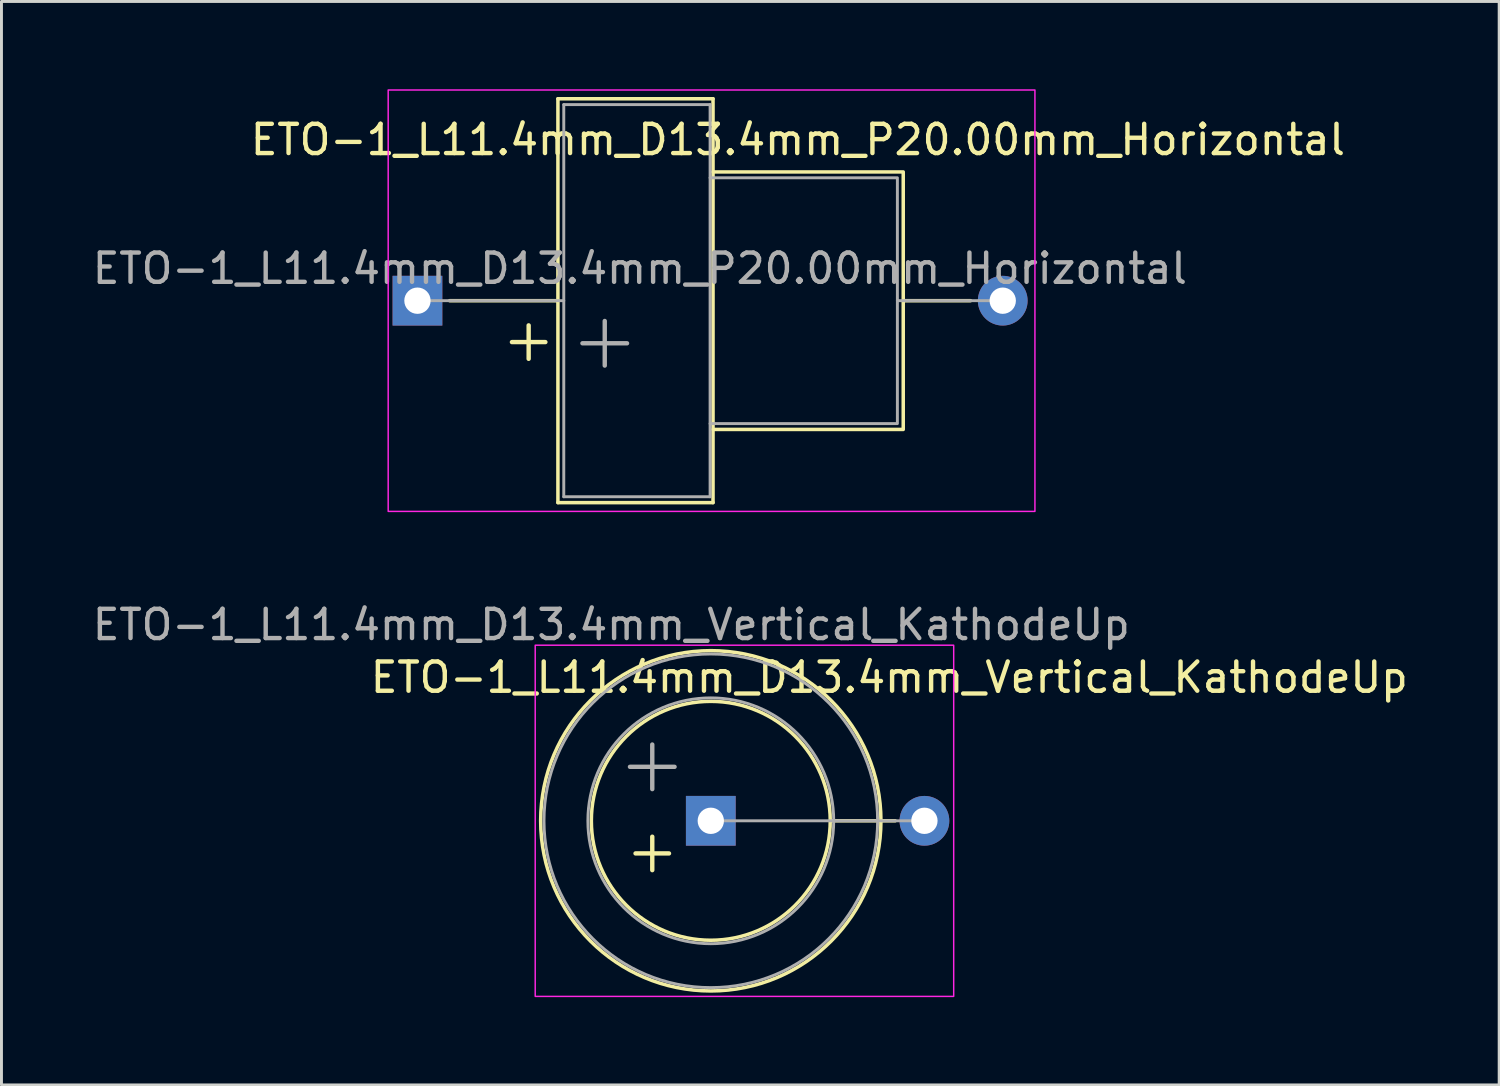
<source format=kicad_pcb>
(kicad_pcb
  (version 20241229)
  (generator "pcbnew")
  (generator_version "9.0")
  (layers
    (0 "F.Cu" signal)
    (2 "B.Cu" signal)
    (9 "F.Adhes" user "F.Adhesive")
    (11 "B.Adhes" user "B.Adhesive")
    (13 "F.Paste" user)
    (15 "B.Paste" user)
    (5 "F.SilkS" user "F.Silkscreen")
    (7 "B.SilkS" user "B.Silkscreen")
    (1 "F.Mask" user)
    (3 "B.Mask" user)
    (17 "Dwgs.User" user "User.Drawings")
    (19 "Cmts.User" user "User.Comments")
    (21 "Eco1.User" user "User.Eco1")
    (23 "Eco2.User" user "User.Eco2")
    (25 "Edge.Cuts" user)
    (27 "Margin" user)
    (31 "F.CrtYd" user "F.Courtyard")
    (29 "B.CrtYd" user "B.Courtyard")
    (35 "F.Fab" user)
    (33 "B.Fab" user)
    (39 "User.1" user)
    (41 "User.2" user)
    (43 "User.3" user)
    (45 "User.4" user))
  (footprint "ETO-1_L11.4mm_D13.4mm_P20.00mm_Horizontal"
    (layer "F.Cu")
    (at 11.215 7.225)
    (property "Reference" "ETO-1_L11.4mm_D13.4mm_P20.00mm_Horizontal" (at 13 -5.5 0) (unlocked yes) (layer "F.SilkS") (effects (font (size 1 1) (thickness 0.15))))
    (attr through_hole)
    (fp_line (start 1.1 0) (end 4.8 0) (stroke (width 0.12) (type solid)) (layer "F.SilkS"))
    (fp_line (start 4.8 -6.9) (end 10.1 -6.9) (stroke (width 0.12) (type solid)) (layer "F.SilkS"))
    (fp_line (start 4.8 0) (end 4.8 -6.9) (stroke (width 0.12) (type solid)) (layer "F.SilkS"))
    (fp_line (start 4.8 0) (end 4.8 6.9) (stroke (width 0.12) (type solid)) (layer "F.SilkS"))
    (fp_line (start 4.8 6.9) (end 10.1 6.9) (stroke (width 0.12) (type solid)) (layer "F.SilkS"))
    (fp_line (start 10.1 -6.9) (end 10.1 -4.4) (stroke (width 0.12) (type solid)) (layer "F.SilkS"))
    (fp_line (start 10.1 6.9) (end 10.1 4.4) (stroke (width 0.12) (type solid)) (layer "F.SilkS"))
    (fp_line (start 16.6 0) (end 18.9 0) (stroke (width 0.12) (type solid)) (layer "F.SilkS"))
    (fp_rect (start 10.1 -4.4) (end 16.6 4.4) (stroke (width 0.12) (type solid)) (fill no) (layer "F.SilkS"))
    (fp_rect (start -1 -7.2) (end 21.1 7.2) (stroke (width 0.05) (type solid)) (fill no) (layer "F.CrtYd"))
    (fp_line (start 0 0) (end 5 0) (stroke (width 0.1) (type solid)) (layer "F.Fab"))
    (fp_line (start 5 -6.7) (end 5 6.7) (stroke (width 0.1) (type solid)) (layer "F.Fab"))
    (fp_line (start 5 6.7) (end 10 6.7) (stroke (width 0.1) (type solid)) (layer "F.Fab"))
    (fp_line (start 10 -6.7) (end 5 -6.7) (stroke (width 0.1) (type solid)) (layer "F.Fab"))
    (fp_line (start 10 -6.7) (end 10 -4.2) (stroke (width 0.1) (type solid)) (layer "F.Fab"))
    (fp_line (start 10 4.2) (end 10 6.7) (stroke (width 0.1) (type solid)) (layer "F.Fab"))
    (fp_line (start 16.4 0) (end 20 0) (stroke (width 0.1) (type solid)) (layer "F.Fab"))
    (fp_rect (start 10 -4.2) (end 16.4 4.2) (stroke (width 0.1) (type solid)) (fill no) (layer "F.Fab"))
    (fp_text user "+" (at 3.8 1.3 0) (unlocked yes) (layer "F.SilkS") (effects (font (size 1.5 1.5) (thickness 0.15))))
    (fp_text user "+" (at 6.4 1.3 0) (unlocked yes) (layer "F.Fab") (effects (font (size 2 2) (thickness 0.15))))
    (fp_text user "${REFERENCE}" (at 7.6 -1.1 0) (unlocked yes) (layer "F.Fab") (effects (font (size 1 1) (thickness 0.15))))
    (pad "1" thru_hole rect (at 0 0) (size 1.7 1.7) (drill 0.9) (layers "*.Cu" "*.Mask"))
    (pad "2" thru_hole circle (at 20 0) (size 1.7 1.7) (drill 0.9) (layers "*.Cu" "*.Mask")))
  (footprint "ETO-1_L11.4mm_D13.4mm_Vertical_KathodeUp"
    (layer "F.Cu")
    (at 21.239 24.998)
    (property "Reference" "ETO-1_L11.4mm_D13.4mm_Vertical_KathodeUp" (at 6.1 -4.9 0) (unlocked yes) (layer "F.SilkS") (effects (font (size 1 1) (thickness 0.15))))
    (attr through_hole)
    (fp_line (start 4.082 0) (end 6.3 0) (stroke (width 0.12) (type solid)) (layer "F.SilkS"))
    (fp_circle (center 0 0) (end -5.2 -2.6) (stroke (width 0.12) (type solid)) (fill no) (layer "F.SilkS"))
    (fp_circle (center 0 0) (end -3.5 -2.1) (stroke (width 0.12) (type solid)) (fill no) (layer "F.SilkS"))
    (fp_rect (start -6 -6) (end 8.3 6) (stroke (width 0.05) (type solid)) (fill no) (layer "F.CrtYd"))
    (fp_line (start 0 0) (end 7.3 0) (stroke (width 0.1) (type solid)) (layer "F.Fab"))
    (fp_circle (center 0 0) (end 4.2 0) (stroke (width 0.1) (type solid)) (fill no) (layer "F.Fab"))
    (fp_circle (center 0 0) (end 5.7 0) (stroke (width 0.1) (type solid)) (fill no) (layer "F.Fab"))
    (fp_text user "+" (at -2 1 0) (unlocked yes) (layer "F.SilkS") (effects (font (size 1.5 1.5) (thickness 0.15))))
    (fp_text user "+" (at -2 -2 0) (unlocked yes) (layer "F.Fab") (effects (font (size 2 2) (thickness 0.15))))
    (fp_text user "${REFERENCE}" (at -3.4 -6.7 0) (unlocked yes) (layer "F.Fab") (effects (font (size 1 1) (thickness 0.15))))
    (pad "1" thru_hole rect (at 0 0) (size 1.7 1.7) (drill 0.9) (layers "*.Cu" "*.Mask"))
    (pad "2" thru_hole circle (at 7.3 0) (size 1.7 1.7) (drill 0.9) (layers "*.Cu" "*.Mask")))
  (gr_rect
    (start -3 -3)
    (end 48.179 34.023)
    (stroke (width 0.1) (type default))
    (fill no)
    (layer "Edge.Cuts")))
</source>
